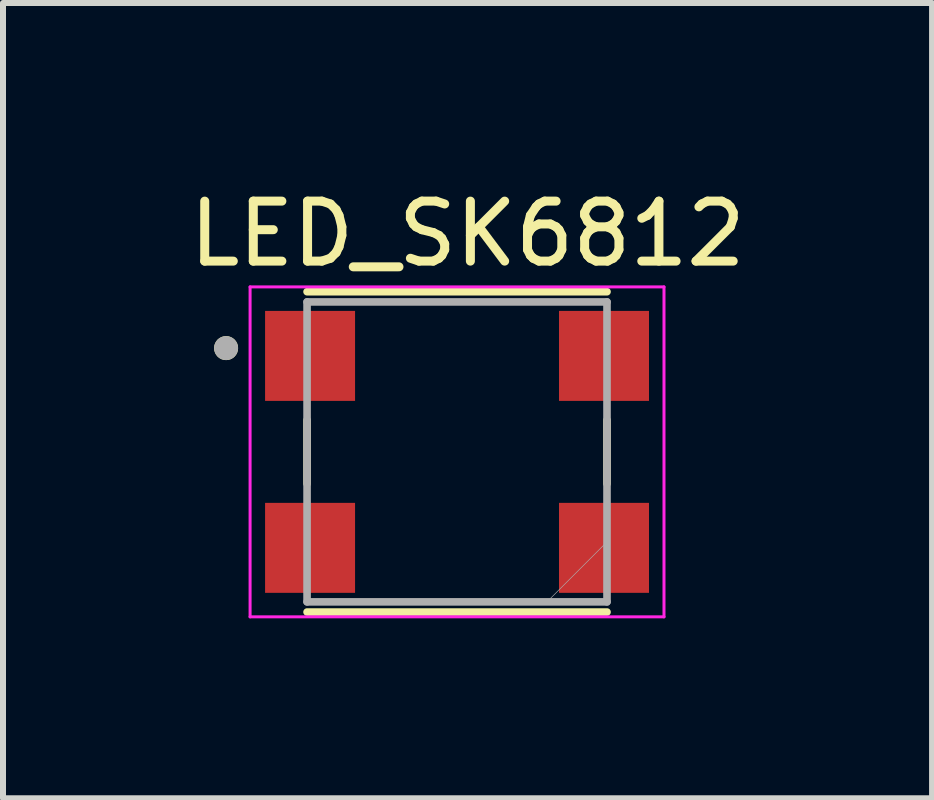
<source format=kicad_pcb>
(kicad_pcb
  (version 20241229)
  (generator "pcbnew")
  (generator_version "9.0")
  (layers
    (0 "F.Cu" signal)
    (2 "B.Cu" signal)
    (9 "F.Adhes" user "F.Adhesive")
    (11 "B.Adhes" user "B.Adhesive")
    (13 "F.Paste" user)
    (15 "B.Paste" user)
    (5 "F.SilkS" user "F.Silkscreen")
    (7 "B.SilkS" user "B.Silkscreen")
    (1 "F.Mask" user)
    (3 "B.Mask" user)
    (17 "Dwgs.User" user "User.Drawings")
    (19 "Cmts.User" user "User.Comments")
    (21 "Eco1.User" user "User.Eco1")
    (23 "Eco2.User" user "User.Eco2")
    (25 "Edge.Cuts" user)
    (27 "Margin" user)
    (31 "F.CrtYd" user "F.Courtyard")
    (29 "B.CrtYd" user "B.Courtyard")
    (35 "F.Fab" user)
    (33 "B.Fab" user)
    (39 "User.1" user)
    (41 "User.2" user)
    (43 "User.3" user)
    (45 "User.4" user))
  (footprint "LED_SK6812"
    (layer "F.Cu")
    (at 4.569 4.483)
    (property "Reference" "LED_SK6812" (at 0.175 -3.635 0) (layer "F.SilkS") (effects (font (size 1 1) (thickness 0.15))))
    (attr smd)
    (fp_line (start -2.5 -2.67) (end 2.5 -2.67) (stroke (width 0.127) (type solid)) (layer "F.SilkS"))
    (fp_line (start -2.5 -0.53) (end -2.5 0.53) (stroke (width 0.127) (type solid)) (layer "F.SilkS"))
    (fp_line (start -2.5 2.67) (end 2.5 2.67) (stroke (width 0.127) (type solid)) (layer "F.SilkS"))
    (fp_line (start 2.5 -0.53) (end 2.5 0.53) (stroke (width 0.127) (type solid)) (layer "F.SilkS"))
    (fp_circle (center -3.85 -1.73) (end -3.75 -1.73) (stroke (width 0.2) (type solid)) (fill no) (layer "F.SilkS"))
    (fp_line (start -3.45 -2.75) (end 3.45 -2.75) (stroke (width 0.05) (type solid)) (layer "F.CrtYd"))
    (fp_line (start -3.45 2.75) (end -3.45 -2.75) (stroke (width 0.05) (type solid)) (layer "F.CrtYd"))
    (fp_line (start 3.45 -2.75) (end 3.45 2.75) (stroke (width 0.05) (type solid)) (layer "F.CrtYd"))
    (fp_line (start 3.45 2.75) (end -3.45 2.75) (stroke (width 0.05) (type solid)) (layer "F.CrtYd"))
    (fp_line (start -2.5 -2.5) (end 2.5 -2.5) (stroke (width 0.127) (type solid)) (layer "F.Fab"))
    (fp_line (start -2.5 2.5) (end -2.5 -2.5) (stroke (width 0.127) (type solid)) (layer "F.Fab"))
    (fp_line (start 2.5 -2.5) (end 2.5 2.5) (stroke (width 0.127) (type solid)) (layer "F.Fab"))
    (fp_line (start 2.5 2.5) (end -2.5 2.5) (stroke (width 0.127) (type solid)) (layer "F.Fab"))
    (fp_circle (center -3.85 -1.73) (end -3.75 -1.73) (stroke (width 0.2) (type solid)) (fill no) (layer "F.Fab"))
    (fp_poly (pts (xy 2.5 2.5) (xy 1.5 2.5) (xy 2.5 1.5)) (stroke (width 0.01) (type solid)) (fill no) (layer "F.Fab"))
    (pad "1" smd rect (at -2.45 -1.6) (size 1.5 1.5) (layers "F.Cu" "F.Mask" "F.Paste"))
    (pad "2" smd rect (at -2.45 1.6) (size 1.5 1.5) (layers "F.Cu" "F.Mask" "F.Paste"))
    (pad "3" smd rect (at 2.45 1.6) (size 1.5 1.5) (layers "F.Cu" "F.Mask" "F.Paste"))
    (pad "4" smd rect (at 2.45 -1.6) (size 1.5 1.5) (layers "F.Cu" "F.Mask" "F.Paste")))
  (gr_rect
    (start -3 -3)
    (end 12.488 10.258)
    (stroke (width 0.1) (type default))
    (fill no)
    (layer "Edge.Cuts")))
</source>
